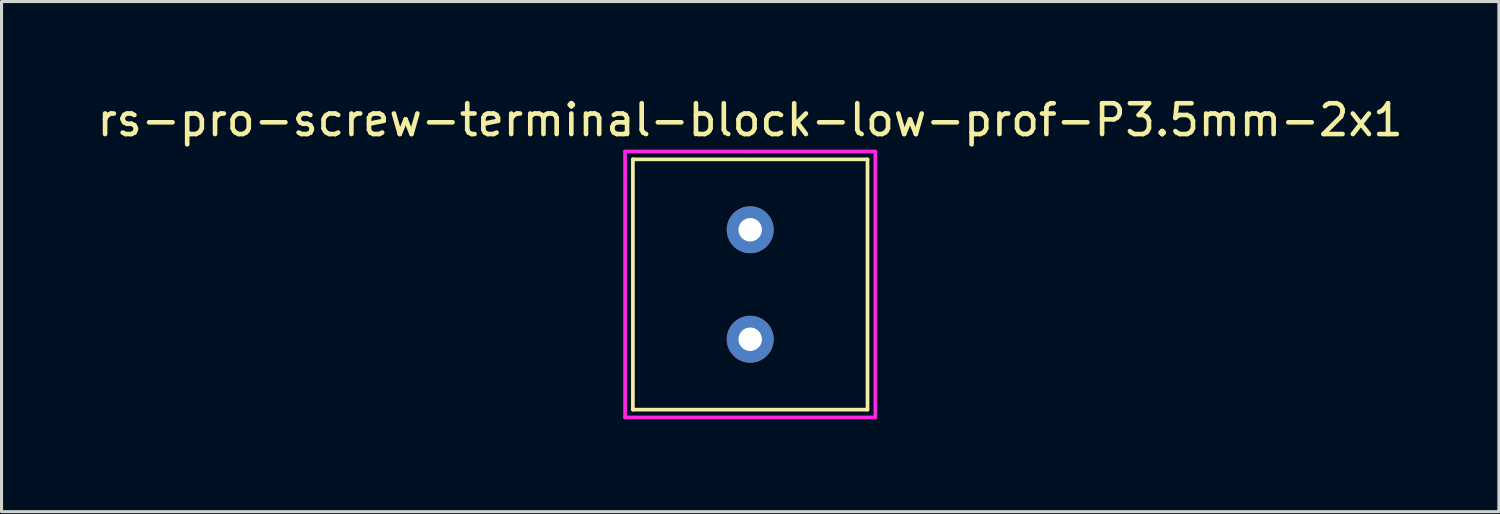
<source format=kicad_pcb>
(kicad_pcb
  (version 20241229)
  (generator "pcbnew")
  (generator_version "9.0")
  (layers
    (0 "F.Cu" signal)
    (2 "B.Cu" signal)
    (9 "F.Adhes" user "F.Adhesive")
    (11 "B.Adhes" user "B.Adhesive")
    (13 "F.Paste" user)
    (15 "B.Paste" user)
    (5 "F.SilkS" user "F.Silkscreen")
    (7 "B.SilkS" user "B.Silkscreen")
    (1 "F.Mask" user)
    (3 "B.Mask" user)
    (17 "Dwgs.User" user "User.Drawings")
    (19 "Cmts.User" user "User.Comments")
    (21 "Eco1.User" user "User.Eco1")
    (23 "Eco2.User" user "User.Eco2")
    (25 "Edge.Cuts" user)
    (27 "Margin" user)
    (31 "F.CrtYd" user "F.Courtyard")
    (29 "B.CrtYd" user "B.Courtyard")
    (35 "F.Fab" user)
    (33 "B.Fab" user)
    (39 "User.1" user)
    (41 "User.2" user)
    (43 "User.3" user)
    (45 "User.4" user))
  (footprint "rs-pro-screw-terminal-block-low-prof-P3.5mm-2x1"
    (layer "F.Cu")
    (at 21.315 4.412)
    (property "Reference" "rs-pro-screw-terminal-block-low-prof-P3.5mm-2x1" (at 0 -3.564 0) (layer "F.SilkS") (effects (font (size 1 1) (thickness 0.15))))
    (attr through_hole)
    (fp_line (start -3.81 -2.286) (end 3.81 -2.286) (stroke (width 0.12) (type solid)) (layer "F.SilkS"))
    (fp_line (start -3.81 5.842) (end -3.81 -2.286) (stroke (width 0.12) (type solid)) (layer "F.SilkS"))
    (fp_line (start 3.81 -2.286) (end 3.81 5.842) (stroke (width 0.12) (type solid)) (layer "F.SilkS"))
    (fp_line (start 3.81 5.842) (end -3.81 5.842) (stroke (width 0.12) (type solid)) (layer "F.SilkS"))
    (fp_line (start -4.064 -2.54) (end 0 -2.54) (stroke (width 0.12) (type solid)) (layer "F.CrtYd"))
    (fp_line (start -4.064 6.096) (end -4.064 -2.54) (stroke (width 0.12) (type solid)) (layer "F.CrtYd"))
    (fp_line (start 0 -2.54) (end 4.064 -2.54) (stroke (width 0.12) (type solid)) (layer "F.CrtYd"))
    (fp_line (start 4.064 -2.54) (end 4.064 6.096) (stroke (width 0.12) (type solid)) (layer "F.CrtYd"))
    (fp_line (start 4.064 6.096) (end -4.064 6.096) (stroke (width 0.12) (type solid)) (layer "F.CrtYd"))
    (pad "1" thru_hole circle (at 0 0) (size 1.524 1.524) (drill 0.762) (layers "*.Cu" "*.Mask"))
    (pad "2" thru_hole circle (at 0 3.556) (size 1.524 1.524) (drill 0.762) (layers "*.Cu" "*.Mask")))
  (gr_rect
    (start -3 -3)
    (end 45.631 13.568)
    (stroke (width 0.1) (type default))
    (fill no)
    (layer "Edge.Cuts")))
</source>
